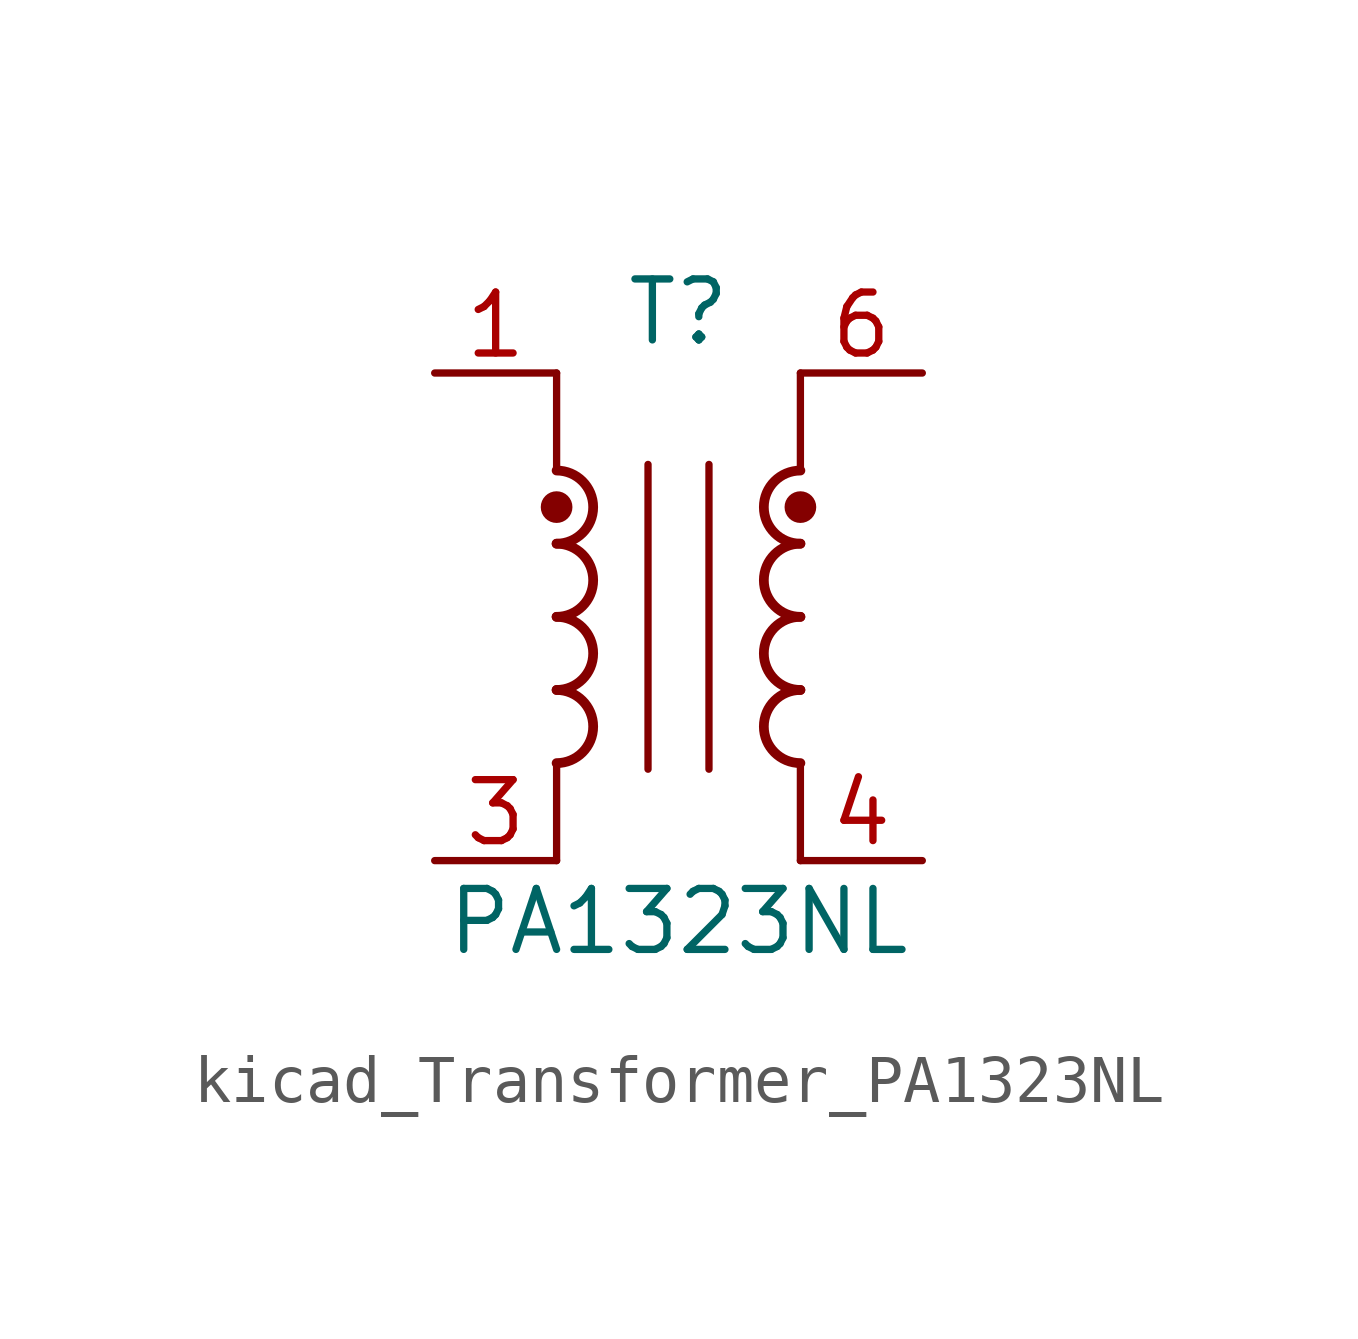
<source format=kicad_sym>
(kicad_symbol_lib
  (version 20220914)
  (generator kicad_symbol_editor)
  (symbol "kicad_Transformer_PA1323NL"
    (pin_names hide)
    (property "Reference" "T"
      (at 0 6.35 0)
      (effects (font (size 1.27 1.27))))
    (property "Value" "PA1323NL"
      (at 0 -6.35 0)
      (effects (font (size 1.27 1.27))))
    (symbol "kicad_Transformer_PA1323NL_0_1"
      (arc (start -2.54 -3.048) (mid -1.7813 -2.286) (end -2.54 -1.524) (stroke (width 0.2032) (type default)) (fill (type none)))
      (arc (start -2.54 -1.524) (mid -1.7813 -0.762) (end -2.54 0) (stroke (width 0.2032) (type default)) (fill (type none)))
      (arc (start -2.54 0) (mid -1.7813 0.762) (end -2.54 1.524) (stroke (width 0.2032) (type default)) (fill (type none)))
      (circle (center -2.54 2.286) (radius 0.254) (stroke (width 0) (type default)) (fill (type outline)))
      (polyline (pts (xy -2.54 -3.048) (xy -2.54 -5.08)) (stroke (width 0) (type default)) (fill (type none)))
      (polyline (pts (xy -2.54 5.08) (xy -2.54 3.048)) (stroke (width 0) (type default)) (fill (type none)))
      (polyline (pts (xy -0.635 3.175) (xy -0.635 -3.175)) (stroke (width 0) (type default)) (fill (type none)))
      (polyline (pts (xy 0.635 3.175) (xy 0.635 -3.175)) (stroke (width 0) (type default)) (fill (type none)))
      (polyline (pts (xy 2.54 -3.048) (xy 2.54 -5.08)) (stroke (width 0) (type default)) (fill (type none)))
      (polyline (pts (xy 2.54 5.08) (xy 2.54 3.048)) (stroke (width 0) (type default)) (fill (type none)))
      (arc (start 2.54 -1.524) (mid 1.7813 -2.286) (end 2.54 -3.048) (stroke (width 0.2032) (type default)) (fill (type none)))
      (arc (start 2.54 0) (mid 1.7813 -0.762) (end 2.54 -1.524) (stroke (width 0.2032) (type default)) (fill (type none)))
      (arc (start 2.54 1.524) (mid 1.7813 0.762) (end 2.54 0) (stroke (width 0.2032) (type default)) (fill (type none)))
      (circle (center 2.54 2.286) (radius 0.254) (stroke (width 0) (type default)) (fill (type outline)))
      (arc (start 2.54 3.048) (mid 1.7813 2.286) (end 2.54 1.524) (stroke (width 0.2032) (type default)) (fill (type none))))
    (symbol "kicad_Transformer_PA1323NL_1_1"
      (arc (start -2.54 1.524) (mid -1.7813 2.286) (end -2.54 3.048) (stroke (width 0.2032) (type default)) (fill (type none)))
      (pin passive line (at -5.08 5.08 0) (length 2.54) (name "~" (effects (font (size 1.27 1.27)))) (number "1" (effects (font (size 1.27 1.27)))))
      (pin passive line (at -5.08 -5.08 0) (length 2.54) (name "~" (effects (font (size 1.27 1.27)))) (number "3" (effects (font (size 1.27 1.27)))))
      (pin passive line (at 5.08 -5.08 180) (length 2.54) (name "~" (effects (font (size 1.27 1.27)))) (number "4" (effects (font (size 1.27 1.27)))))
      (pin passive line (at 5.08 5.08 180) (length 2.54) (name "~" (effects (font (size 1.27 1.27)))) (number "6" (effects (font (size 1.27 1.27))))))))
</source>
